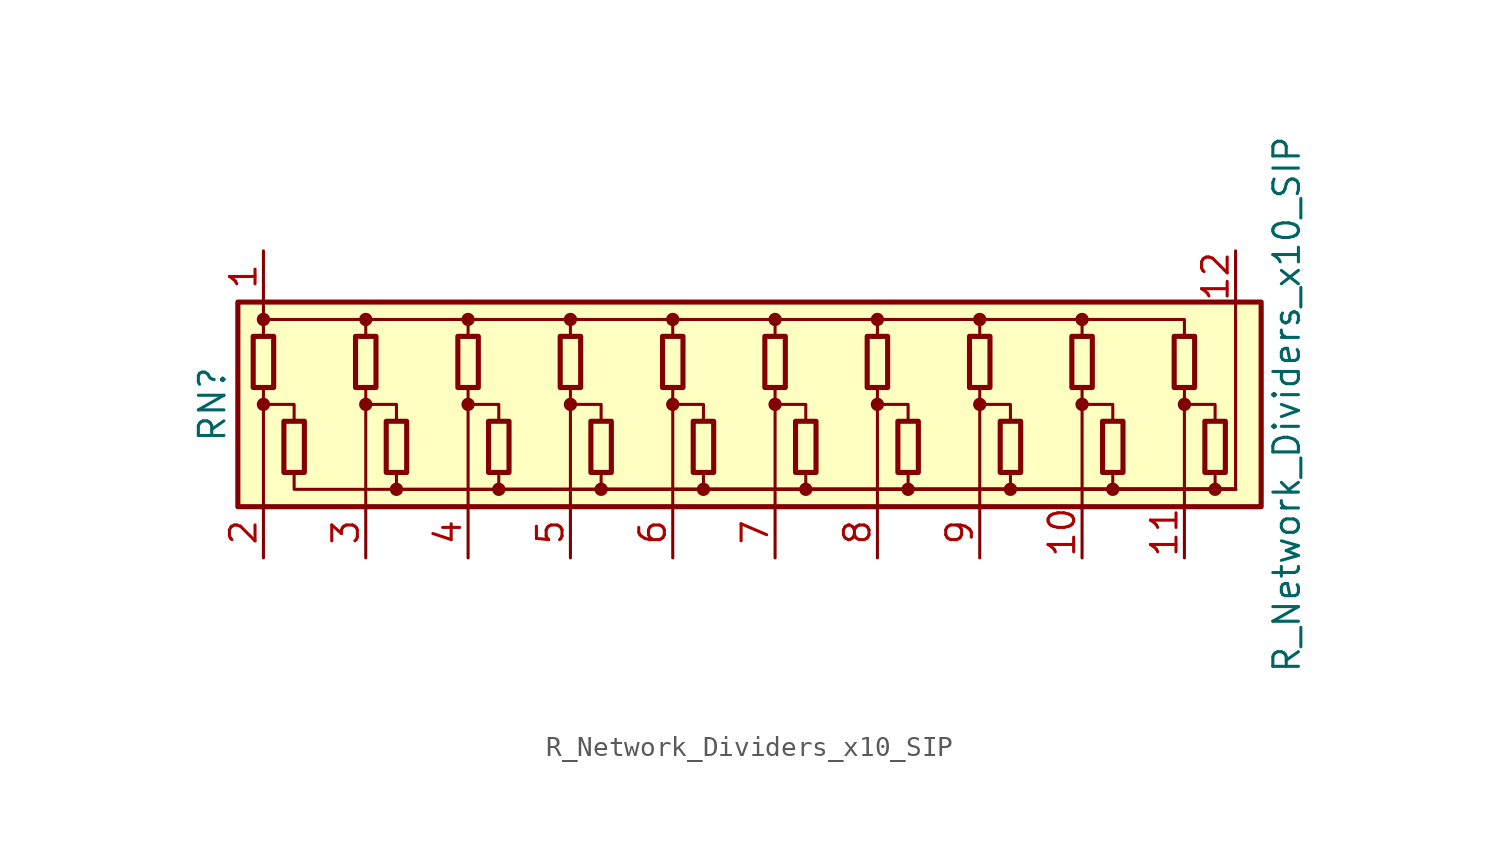
<source format=kicad_sym>
(kicad_symbol_lib
  (version 20201005)
  (generator kicad_symbol_editor)
  (symbol "R_Network_Dividers_x10_SIP"
    (pin_names
      (offset 0) hide)
    (property "Reference" "RN"
      (at -27.94 0 90)
      (effects (font (size 1.27 1.27))))
    (property "Value" "R_Network_Dividers_x10_SIP"
      (at 25.4 0 90)
      (effects (font (size 1.27 1.27))))
    (symbol "R_Network_Dividers_x10_SIP_0_1"
      (circle (center -25.4 0) (radius 0.254) (stroke (width 0)) (fill (type outline)))
      (circle (center -25.4 4.216) (radius 0.254) (stroke (width 0)) (fill (type outline)))
      (circle (center -20.32 0) (radius 0.254) (stroke (width 0)) (fill (type outline)))
      (circle (center -20.32 4.216) (radius 0.254) (stroke (width 0)) (fill (type outline)))
      (circle (center -18.796 -4.216) (radius 0.254) (stroke (width 0)) (fill (type outline)))
      (circle (center -15.24 0) (radius 0.254) (stroke (width 0)) (fill (type outline)))
      (circle (center -15.24 4.216) (radius 0.254) (stroke (width 0)) (fill (type outline)))
      (circle (center -13.716 -4.216) (radius 0.254) (stroke (width 0)) (fill (type outline)))
      (circle (center -10.16 0) (radius 0.254) (stroke (width 0)) (fill (type outline)))
      (circle (center -10.16 4.216) (radius 0.254) (stroke (width 0)) (fill (type outline)))
      (circle (center -8.636 -4.216) (radius 0.254) (stroke (width 0)) (fill (type outline)))
      (circle (center -5.08 0) (radius 0.254) (stroke (width 0)) (fill (type outline)))
      (circle (center -5.08 4.216) (radius 0.254) (stroke (width 0)) (fill (type outline)))
      (circle (center -3.556 -4.216) (radius 0.254) (stroke (width 0)) (fill (type outline)))
      (circle (center 0 0) (radius 0.254) (stroke (width 0)) (fill (type outline)))
      (circle (center 0 4.216) (radius 0.254) (stroke (width 0)) (fill (type outline)))
      (circle (center 1.524 -4.216) (radius 0.254) (stroke (width 0)) (fill (type outline)))
      (circle (center 5.08 0) (radius 0.254) (stroke (width 0)) (fill (type outline)))
      (circle (center 5.08 4.216) (radius 0.254) (stroke (width 0)) (fill (type outline)))
      (circle (center 6.604 -4.216) (radius 0.254) (stroke (width 0)) (fill (type outline)))
      (circle (center 10.16 0) (radius 0.254) (stroke (width 0)) (fill (type outline)))
      (circle (center 10.16 4.216) (radius 0.254) (stroke (width 0)) (fill (type outline)))
      (circle (center 11.684 -4.216) (radius 0.254) (stroke (width 0)) (fill (type outline)))
      (circle (center 15.24 0) (radius 0.254) (stroke (width 0)) (fill (type outline)))
      (circle (center 15.24 4.216) (radius 0.254) (stroke (width 0)) (fill (type outline)))
      (circle (center 16.764 -4.216) (radius 0.254) (stroke (width 0)) (fill (type outline)))
      (circle (center 20.32 0) (radius 0.254) (stroke (width 0)) (fill (type outline)))
      (circle (center 21.844 -4.216) (radius 0.254) (stroke (width 0)) (fill (type outline)))
      (rectangle (start -25.908 3.378) (end -24.892 0.838) (stroke (width 0.254)) (fill (type none)))
      (rectangle (start -24.384 -3.378) (end -23.368 -0.838) (stroke (width 0.254)) (fill (type none)))
      (rectangle (start -20.828 3.378) (end -19.812 0.838) (stroke (width 0.254)) (fill (type none)))
      (rectangle (start -19.304 -3.378) (end -18.288 -0.838) (stroke (width 0.254)) (fill (type none)))
      (rectangle (start -15.748 3.378) (end -14.732 0.838) (stroke (width 0.254)) (fill (type none)))
      (rectangle (start -14.224 -3.378) (end -13.208 -0.838) (stroke (width 0.254)) (fill (type none)))
      (rectangle (start -10.668 3.378) (end -9.652 0.838) (stroke (width 0.254)) (fill (type none)))
      (rectangle (start -9.144 -3.378) (end -8.128 -0.838) (stroke (width 0.254)) (fill (type none)))
      (rectangle (start -5.588 3.378) (end -4.572 0.838) (stroke (width 0.254)) (fill (type none)))
      (rectangle (start -4.064 -3.378) (end -3.048 -0.838) (stroke (width 0.254)) (fill (type none)))
      (rectangle (start -0.508 3.378) (end 0.508 0.838) (stroke (width 0.254)) (fill (type none)))
      (rectangle (start 1.016 -3.378) (end 2.032 -0.838) (stroke (width 0.254)) (fill (type none)))
      (rectangle (start 4.572 3.378) (end 5.588 0.838) (stroke (width 0.254)) (fill (type none)))
      (rectangle (start 6.096 -3.378) (end 7.112 -0.838) (stroke (width 0.254)) (fill (type none)))
      (rectangle (start 9.652 3.378) (end 10.668 0.838) (stroke (width 0.254)) (fill (type none)))
      (rectangle (start 11.176 -3.378) (end 12.192 -0.838) (stroke (width 0.254)) (fill (type none)))
      (rectangle (start 14.732 3.378) (end 15.748 0.838) (stroke (width 0.254)) (fill (type none)))
      (rectangle (start 16.256 -3.378) (end 17.272 -0.838) (stroke (width 0.254)) (fill (type none)))
      (rectangle (start 19.812 3.378) (end 20.828 0.838) (stroke (width 0.254)) (fill (type none)))
      (rectangle (start 21.336 -3.378) (end 22.352 -0.838) (stroke (width 0.254)) (fill (type none)))
      (rectangle (start -26.67 -5.08) (end 24.13 5.08) (stroke (width 0.254)) (fill (type background)))
      (polyline (pts (xy -25.4 -5.08) (xy -25.4 0.838)) (stroke (width 0)) (fill (type none)))
      (polyline (pts (xy -25.4 5.08) (xy -25.4 3.378)) (stroke (width 0)) (fill (type none)))
      (polyline (pts (xy -20.32 -5.08) (xy -20.32 0.838)) (stroke (width 0)) (fill (type none)))
      (polyline (pts (xy -15.24 -5.08) (xy -15.24 0.838)) (stroke (width 0)) (fill (type none)))
      (polyline (pts (xy -10.16 -5.08) (xy -10.16 0.838)) (stroke (width 0)) (fill (type none)))
      (polyline (pts (xy -5.08 -5.08) (xy -5.08 0.838)) (stroke (width 0)) (fill (type none)))
      (polyline (pts (xy 0 -5.08) (xy 0 0.838)) (stroke (width 0)) (fill (type none)))
      (polyline (pts (xy 5.08 -5.08) (xy 5.08 0.838)) (stroke (width 0)) (fill (type none)))
      (polyline (pts (xy 10.16 -5.08) (xy 10.16 0.838)) (stroke (width 0)) (fill (type none)))
      (polyline (pts (xy 15.24 -5.08) (xy 15.24 0.838)) (stroke (width 0)) (fill (type none)))
      (polyline (pts (xy 20.32 -5.08) (xy 20.32 0.838)) (stroke (width 0)) (fill (type none)))
      (polyline (pts (xy 22.86 -4.216) (xy 22.86 5.08)) (stroke (width 0)) (fill (type none)))
      (polyline (pts (xy -25.4 0) (xy -23.876 0) (xy -23.876 -0.838)) (stroke (width 0)) (fill (type none)))
      (polyline (pts (xy -25.4 4.216) (xy -20.32 4.216) (xy -20.32 3.378)) (stroke (width 0)) (fill (type none)))
      (polyline (pts (xy -23.876 -3.378) (xy -23.876 -4.216) (xy 22.86 -4.216)) (stroke (width 0)) (fill (type none)))
      (polyline (pts (xy -20.32 0) (xy -18.796 0) (xy -18.796 -0.838)) (stroke (width 0)) (fill (type none)))
      (polyline (pts (xy -20.32 4.216) (xy -15.24 4.216) (xy -15.24 3.378)) (stroke (width 0)) (fill (type none)))
      (polyline (pts (xy -18.796 -3.378) (xy -18.796 -4.216) (xy 22.86 -4.216)) (stroke (width 0)) (fill (type none)))
      (polyline (pts (xy -15.24 0) (xy -13.716 0) (xy -13.716 -0.838)) (stroke (width 0)) (fill (type none)))
      (polyline (pts (xy -15.24 4.216) (xy -10.16 4.216) (xy -10.16 3.378)) (stroke (width 0)) (fill (type none)))
      (polyline (pts (xy -13.716 -3.378) (xy -13.716 -4.216) (xy 22.86 -4.216)) (stroke (width 0)) (fill (type none)))
      (polyline (pts (xy -10.16 0) (xy -8.636 0) (xy -8.636 -0.838)) (stroke (width 0)) (fill (type none)))
      (polyline (pts (xy -10.16 4.216) (xy -5.08 4.216) (xy -5.08 3.378)) (stroke (width 0)) (fill (type none)))
      (polyline (pts (xy -8.636 -3.378) (xy -8.636 -4.216) (xy 22.86 -4.216)) (stroke (width 0)) (fill (type none)))
      (polyline (pts (xy -5.08 0) (xy -3.556 0) (xy -3.556 -0.838)) (stroke (width 0)) (fill (type none)))
      (polyline (pts (xy -5.08 4.216) (xy 0 4.216) (xy 0 3.378)) (stroke (width 0)) (fill (type none)))
      (polyline (pts (xy -3.556 -3.378) (xy -3.556 -4.216) (xy 22.86 -4.216)) (stroke (width 0)) (fill (type none)))
      (polyline (pts (xy 0 0) (xy 1.524 0) (xy 1.524 -0.838)) (stroke (width 0)) (fill (type none)))
      (polyline (pts (xy 0 4.216) (xy 5.08 4.216) (xy 5.08 3.378)) (stroke (width 0)) (fill (type none)))
      (polyline (pts (xy 1.524 -3.378) (xy 1.524 -4.216) (xy 22.86 -4.216)) (stroke (width 0)) (fill (type none)))
      (polyline (pts (xy 5.08 0) (xy 6.604 0) (xy 6.604 -0.838)) (stroke (width 0)) (fill (type none)))
      (polyline (pts (xy 5.08 4.216) (xy 10.16 4.216) (xy 10.16 3.378)) (stroke (width 0)) (fill (type none)))
      (polyline (pts (xy 6.604 -3.378) (xy 6.604 -4.216) (xy 22.86 -4.216)) (stroke (width 0)) (fill (type none)))
      (polyline (pts (xy 10.16 0) (xy 11.684 0) (xy 11.684 -0.838)) (stroke (width 0)) (fill (type none)))
      (polyline (pts (xy 10.16 4.216) (xy 15.24 4.216) (xy 15.24 3.378)) (stroke (width 0)) (fill (type none)))
      (polyline (pts (xy 11.684 -3.378) (xy 11.684 -4.216) (xy 22.86 -4.216)) (stroke (width 0)) (fill (type none)))
      (polyline (pts (xy 15.24 0) (xy 16.764 0) (xy 16.764 -0.838)) (stroke (width 0)) (fill (type none)))
      (polyline (pts (xy 15.24 4.216) (xy 20.32 4.216) (xy 20.32 3.378)) (stroke (width 0)) (fill (type none)))
      (polyline (pts (xy 16.764 -3.378) (xy 16.764 -4.216) (xy 22.86 -4.216)) (stroke (width 0)) (fill (type none)))
      (polyline (pts (xy 20.32 0) (xy 21.844 0) (xy 21.844 -0.838)) (stroke (width 0)) (fill (type none)))
      (polyline (pts (xy 21.844 -3.378) (xy 21.844 -4.216) (xy 22.86 -4.216)) (stroke (width 0)) (fill (type none))))
    (symbol "R_Network_Dividers_x10_SIP_1_1"
      (pin passive line (at -25.4 7.62 270) (length 2.54) (name "COM1" (effects (font (size 1.27 1.27)))) (number "1" (effects (font (size 1.27 1.27)))))
      (pin passive line (at 15.24 -7.62 90) (length 2.54) (name "R9" (effects (font (size 1.27 1.27)))) (number "10" (effects (font (size 1.27 1.27)))))
      (pin passive line (at 20.32 -7.62 90) (length 2.54) (name "R10" (effects (font (size 1.27 1.27)))) (number "11" (effects (font (size 1.27 1.27)))))
      (pin passive line (at 22.86 7.62 270) (length 2.54) (name "COM2" (effects (font (size 1.27 1.27)))) (number "12" (effects (font (size 1.27 1.27)))))
      (pin passive line (at -25.4 -7.62 90) (length 2.54) (name "R1" (effects (font (size 1.27 1.27)))) (number "2" (effects (font (size 1.27 1.27)))))
      (pin passive line (at -20.32 -7.62 90) (length 2.54) (name "R2" (effects (font (size 1.27 1.27)))) (number "3" (effects (font (size 1.27 1.27)))))
      (pin passive line (at -15.24 -7.62 90) (length 2.54) (name "R3" (effects (font (size 1.27 1.27)))) (number "4" (effects (font (size 1.27 1.27)))))
      (pin passive line (at -10.16 -7.62 90) (length 2.54) (name "R4" (effects (font (size 1.27 1.27)))) (number "5" (effects (font (size 1.27 1.27)))))
      (pin passive line (at -5.08 -7.62 90) (length 2.54) (name "R5" (effects (font (size 1.27 1.27)))) (number "6" (effects (font (size 1.27 1.27)))))
      (pin passive line (at 0 -7.62 90) (length 2.54) (name "R6" (effects (font (size 1.27 1.27)))) (number "7" (effects (font (size 1.27 1.27)))))
      (pin passive line (at 5.08 -7.62 90) (length 2.54) (name "R7" (effects (font (size 1.27 1.27)))) (number "8" (effects (font (size 1.27 1.27)))))
      (pin passive line (at 10.16 -7.62 90) (length 2.54) (name "R8" (effects (font (size 1.27 1.27)))) (number "9" (effects (font (size 1.27 1.27))))))))
</source>
